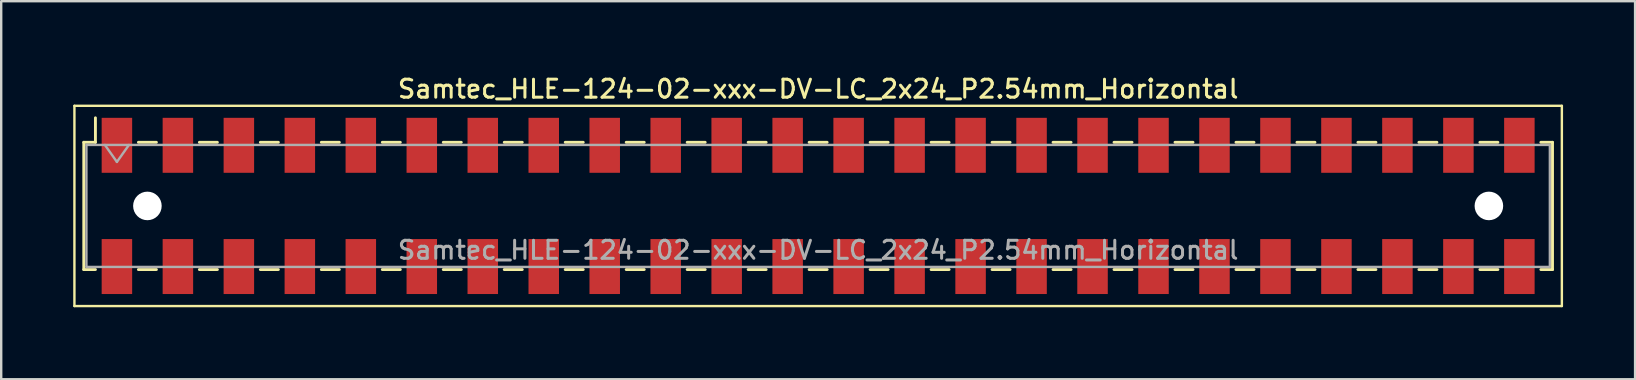
<source format=kicad_pcb>
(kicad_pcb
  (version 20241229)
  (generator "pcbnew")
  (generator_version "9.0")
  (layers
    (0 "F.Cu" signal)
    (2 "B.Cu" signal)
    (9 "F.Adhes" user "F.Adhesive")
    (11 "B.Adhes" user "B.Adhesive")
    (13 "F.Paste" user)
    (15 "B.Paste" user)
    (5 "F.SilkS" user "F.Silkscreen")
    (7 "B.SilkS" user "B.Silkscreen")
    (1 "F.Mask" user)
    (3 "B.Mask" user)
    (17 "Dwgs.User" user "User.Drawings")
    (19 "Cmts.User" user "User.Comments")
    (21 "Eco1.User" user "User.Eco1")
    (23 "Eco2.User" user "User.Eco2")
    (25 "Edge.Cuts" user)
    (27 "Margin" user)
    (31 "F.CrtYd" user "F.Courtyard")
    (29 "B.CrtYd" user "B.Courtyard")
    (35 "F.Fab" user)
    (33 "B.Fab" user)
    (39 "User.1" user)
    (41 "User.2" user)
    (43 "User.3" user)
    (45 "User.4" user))
  (footprint "Samtec_HLE-124-02-xxx-DV-LC_2x24_P2.54mm_Horizontal"
    (layer "F.Cu")
    (at 31.03 5.528)
    (property "Reference" "Samtec_HLE-124-02-xxx-DV-LC_2x24_P2.54mm_Horizontal" (at 0 -4.87 0) (layer "F.SilkS") (effects (font (size 0.75 0.75) (thickness 0.125))))
    (attr smd)
    (fp_line (start -30.98 -4.17) (end 30.98 -4.17) (stroke (width 0.1) (type solid)) (layer "F.SilkS"))
    (fp_line (start -30.98 4.17) (end -30.98 -4.17) (stroke (width 0.1) (type solid)) (layer "F.SilkS"))
    (fp_line (start -30.59 -2.65) (end -30.59 2.65) (stroke (width 0.12) (type solid)) (layer "F.SilkS"))
    (fp_line (start -30.59 2.65) (end -30.105 2.65) (stroke (width 0.12) (type solid)) (layer "F.SilkS"))
    (fp_line (start -30.105 -3.67) (end -30.105 -2.65) (stroke (width 0.12) (type solid)) (layer "F.SilkS"))
    (fp_line (start -30.105 -2.65) (end -30.59 -2.65) (stroke (width 0.12) (type solid)) (layer "F.SilkS"))
    (fp_line (start -28.315 -2.65) (end -27.565 -2.65) (stroke (width 0.12) (type solid)) (layer "F.SilkS"))
    (fp_line (start -28.315 2.65) (end -27.565 2.65) (stroke (width 0.12) (type solid)) (layer "F.SilkS"))
    (fp_line (start -25.775 -2.65) (end -25.025 -2.65) (stroke (width 0.12) (type solid)) (layer "F.SilkS"))
    (fp_line (start -25.775 2.65) (end -25.025 2.65) (stroke (width 0.12) (type solid)) (layer "F.SilkS"))
    (fp_line (start -23.235 -2.65) (end -22.485 -2.65) (stroke (width 0.12) (type solid)) (layer "F.SilkS"))
    (fp_line (start -23.235 2.65) (end -22.485 2.65) (stroke (width 0.12) (type solid)) (layer "F.SilkS"))
    (fp_line (start -20.695 -2.65) (end -19.945 -2.65) (stroke (width 0.12) (type solid)) (layer "F.SilkS"))
    (fp_line (start -20.695 2.65) (end -19.945 2.65) (stroke (width 0.12) (type solid)) (layer "F.SilkS"))
    (fp_line (start -18.155 -2.65) (end -17.405 -2.65) (stroke (width 0.12) (type solid)) (layer "F.SilkS"))
    (fp_line (start -18.155 2.65) (end -17.405 2.65) (stroke (width 0.12) (type solid)) (layer "F.SilkS"))
    (fp_line (start -15.615 -2.65) (end -14.865 -2.65) (stroke (width 0.12) (type solid)) (layer "F.SilkS"))
    (fp_line (start -15.615 2.65) (end -14.865 2.65) (stroke (width 0.12) (type solid)) (layer "F.SilkS"))
    (fp_line (start -13.075 -2.65) (end -12.325 -2.65) (stroke (width 0.12) (type solid)) (layer "F.SilkS"))
    (fp_line (start -13.075 2.65) (end -12.325 2.65) (stroke (width 0.12) (type solid)) (layer "F.SilkS"))
    (fp_line (start -10.535 -2.65) (end -9.785 -2.65) (stroke (width 0.12) (type solid)) (layer "F.SilkS"))
    (fp_line (start -10.535 2.65) (end -9.785 2.65) (stroke (width 0.12) (type solid)) (layer "F.SilkS"))
    (fp_line (start -7.995 -2.65) (end -7.245 -2.65) (stroke (width 0.12) (type solid)) (layer "F.SilkS"))
    (fp_line (start -7.995 2.65) (end -7.245 2.65) (stroke (width 0.12) (type solid)) (layer "F.SilkS"))
    (fp_line (start -5.455 -2.65) (end -4.705 -2.65) (stroke (width 0.12) (type solid)) (layer "F.SilkS"))
    (fp_line (start -5.455 2.65) (end -4.705 2.65) (stroke (width 0.12) (type solid)) (layer "F.SilkS"))
    (fp_line (start -2.915 -2.65) (end -2.165 -2.65) (stroke (width 0.12) (type solid)) (layer "F.SilkS"))
    (fp_line (start -2.915 2.65) (end -2.165 2.65) (stroke (width 0.12) (type solid)) (layer "F.SilkS"))
    (fp_line (start -0.375 -2.65) (end 0.375 -2.65) (stroke (width 0.12) (type solid)) (layer "F.SilkS"))
    (fp_line (start -0.375 2.65) (end 0.375 2.65) (stroke (width 0.12) (type solid)) (layer "F.SilkS"))
    (fp_line (start 2.165 -2.65) (end 2.915 -2.65) (stroke (width 0.12) (type solid)) (layer "F.SilkS"))
    (fp_line (start 2.165 2.65) (end 2.915 2.65) (stroke (width 0.12) (type solid)) (layer "F.SilkS"))
    (fp_line (start 4.705 -2.65) (end 5.455 -2.65) (stroke (width 0.12) (type solid)) (layer "F.SilkS"))
    (fp_line (start 4.705 2.65) (end 5.455 2.65) (stroke (width 0.12) (type solid)) (layer "F.SilkS"))
    (fp_line (start 7.245 -2.65) (end 7.995 -2.65) (stroke (width 0.12) (type solid)) (layer "F.SilkS"))
    (fp_line (start 7.245 2.65) (end 7.995 2.65) (stroke (width 0.12) (type solid)) (layer "F.SilkS"))
    (fp_line (start 9.785 -2.65) (end 10.535 -2.65) (stroke (width 0.12) (type solid)) (layer "F.SilkS"))
    (fp_line (start 9.785 2.65) (end 10.535 2.65) (stroke (width 0.12) (type solid)) (layer "F.SilkS"))
    (fp_line (start 12.325 -2.65) (end 13.075 -2.65) (stroke (width 0.12) (type solid)) (layer "F.SilkS"))
    (fp_line (start 12.325 2.65) (end 13.075 2.65) (stroke (width 0.12) (type solid)) (layer "F.SilkS"))
    (fp_line (start 14.865 -2.65) (end 15.615 -2.65) (stroke (width 0.12) (type solid)) (layer "F.SilkS"))
    (fp_line (start 14.865 2.65) (end 15.615 2.65) (stroke (width 0.12) (type solid)) (layer "F.SilkS"))
    (fp_line (start 17.405 -2.65) (end 18.155 -2.65) (stroke (width 0.12) (type solid)) (layer "F.SilkS"))
    (fp_line (start 17.405 2.65) (end 18.155 2.65) (stroke (width 0.12) (type solid)) (layer "F.SilkS"))
    (fp_line (start 19.945 -2.65) (end 20.695 -2.65) (stroke (width 0.12) (type solid)) (layer "F.SilkS"))
    (fp_line (start 19.945 2.65) (end 20.695 2.65) (stroke (width 0.12) (type solid)) (layer "F.SilkS"))
    (fp_line (start 22.485 -2.65) (end 23.235 -2.65) (stroke (width 0.12) (type solid)) (layer "F.SilkS"))
    (fp_line (start 22.485 2.65) (end 23.235 2.65) (stroke (width 0.12) (type solid)) (layer "F.SilkS"))
    (fp_line (start 25.025 -2.65) (end 25.775 -2.65) (stroke (width 0.12) (type solid)) (layer "F.SilkS"))
    (fp_line (start 25.025 2.65) (end 25.775 2.65) (stroke (width 0.12) (type solid)) (layer "F.SilkS"))
    (fp_line (start 27.565 -2.65) (end 28.315 -2.65) (stroke (width 0.12) (type solid)) (layer "F.SilkS"))
    (fp_line (start 27.565 2.65) (end 28.315 2.65) (stroke (width 0.12) (type solid)) (layer "F.SilkS"))
    (fp_line (start 30.105 -2.65) (end 30.59 -2.65) (stroke (width 0.12) (type solid)) (layer "F.SilkS"))
    (fp_line (start 30.59 -2.65) (end 30.59 2.65) (stroke (width 0.12) (type solid)) (layer "F.SilkS"))
    (fp_line (start 30.59 2.65) (end 30.105 2.65) (stroke (width 0.12) (type solid)) (layer "F.SilkS"))
    (fp_line (start 30.98 -4.17) (end 30.98 4.17) (stroke (width 0.1) (type solid)) (layer "F.SilkS"))
    (fp_line (start 30.98 4.17) (end -30.98 4.17) (stroke (width 0.1) (type solid)) (layer "F.SilkS"))
    (fp_line (start -30.48 -2.54) (end 30.48 -2.54) (stroke (width 0.1) (type solid)) (layer "F.Fab"))
    (fp_line (start -30.48 2.54) (end -30.48 -2.54) (stroke (width 0.1) (type solid)) (layer "F.Fab"))
    (fp_line (start -29.71 -2.54) (end -29.21 -1.833) (stroke (width 0.1) (type solid)) (layer "F.Fab"))
    (fp_line (start -29.21 -1.833) (end -28.71 -2.54) (stroke (width 0.1) (type solid)) (layer "F.Fab"))
    (fp_line (start 30.48 -2.54) (end 30.48 2.54) (stroke (width 0.1) (type solid)) (layer "F.Fab"))
    (fp_line (start 30.48 2.54) (end -30.48 2.54) (stroke (width 0.1) (type solid)) (layer "F.Fab"))
    (fp_text user "${REFERENCE}" (at 0 1.84 0) (layer "F.Fab") (effects (font (size 0.75 0.75) (thickness 0.125))))
    (pad "" np_thru_hole circle (at -27.94 0) (size 1.19 1.19) (drill 1.19) (layers "*.Cu" "*.Mask"))
    (pad "" np_thru_hole circle (at 27.94 0) (size 1.19 1.19) (drill 1.19) (layers "*.Cu" "*.Mask"))
    (pad "1" smd rect (at -29.21 -2.525) (size 1.27 2.29) (layers "F.Cu" "F.Mask" "F.Paste"))
    (pad "2" smd rect (at -29.21 2.525) (size 1.27 2.29) (layers "F.Cu" "F.Mask" "F.Paste"))
    (pad "3" smd rect (at -26.67 -2.525) (size 1.27 2.29) (layers "F.Cu" "F.Mask" "F.Paste"))
    (pad "4" smd rect (at -26.67 2.525) (size 1.27 2.29) (layers "F.Cu" "F.Mask" "F.Paste"))
    (pad "5" smd rect (at -24.13 -2.525) (size 1.27 2.29) (layers "F.Cu" "F.Mask" "F.Paste"))
    (pad "6" smd rect (at -24.13 2.525) (size 1.27 2.29) (layers "F.Cu" "F.Mask" "F.Paste"))
    (pad "7" smd rect (at -21.59 -2.525) (size 1.27 2.29) (layers "F.Cu" "F.Mask" "F.Paste"))
    (pad "8" smd rect (at -21.59 2.525) (size 1.27 2.29) (layers "F.Cu" "F.Mask" "F.Paste"))
    (pad "9" smd rect (at -19.05 -2.525) (size 1.27 2.29) (layers "F.Cu" "F.Mask" "F.Paste"))
    (pad "10" smd rect (at -19.05 2.525) (size 1.27 2.29) (layers "F.Cu" "F.Mask" "F.Paste"))
    (pad "11" smd rect (at -16.51 -2.525) (size 1.27 2.29) (layers "F.Cu" "F.Mask" "F.Paste"))
    (pad "12" smd rect (at -16.51 2.525) (size 1.27 2.29) (layers "F.Cu" "F.Mask" "F.Paste"))
    (pad "13" smd rect (at -13.97 -2.525) (size 1.27 2.29) (layers "F.Cu" "F.Mask" "F.Paste"))
    (pad "14" smd rect (at -13.97 2.525) (size 1.27 2.29) (layers "F.Cu" "F.Mask" "F.Paste"))
    (pad "15" smd rect (at -11.43 -2.525) (size 1.27 2.29) (layers "F.Cu" "F.Mask" "F.Paste"))
    (pad "16" smd rect (at -11.43 2.525) (size 1.27 2.29) (layers "F.Cu" "F.Mask" "F.Paste"))
    (pad "17" smd rect (at -8.89 -2.525) (size 1.27 2.29) (layers "F.Cu" "F.Mask" "F.Paste"))
    (pad "18" smd rect (at -8.89 2.525) (size 1.27 2.29) (layers "F.Cu" "F.Mask" "F.Paste"))
    (pad "19" smd rect (at -6.35 -2.525) (size 1.27 2.29) (layers "F.Cu" "F.Mask" "F.Paste"))
    (pad "20" smd rect (at -6.35 2.525) (size 1.27 2.29) (layers "F.Cu" "F.Mask" "F.Paste"))
    (pad "21" smd rect (at -3.81 -2.525) (size 1.27 2.29) (layers "F.Cu" "F.Mask" "F.Paste"))
    (pad "22" smd rect (at -3.81 2.525) (size 1.27 2.29) (layers "F.Cu" "F.Mask" "F.Paste"))
    (pad "23" smd rect (at -1.27 -2.525) (size 1.27 2.29) (layers "F.Cu" "F.Mask" "F.Paste"))
    (pad "24" smd rect (at -1.27 2.525) (size 1.27 2.29) (layers "F.Cu" "F.Mask" "F.Paste"))
    (pad "25" smd rect (at 1.27 -2.525) (size 1.27 2.29) (layers "F.Cu" "F.Mask" "F.Paste"))
    (pad "26" smd rect (at 1.27 2.525) (size 1.27 2.29) (layers "F.Cu" "F.Mask" "F.Paste"))
    (pad "27" smd rect (at 3.81 -2.525) (size 1.27 2.29) (layers "F.Cu" "F.Mask" "F.Paste"))
    (pad "28" smd rect (at 3.81 2.525) (size 1.27 2.29) (layers "F.Cu" "F.Mask" "F.Paste"))
    (pad "29" smd rect (at 6.35 -2.525) (size 1.27 2.29) (layers "F.Cu" "F.Mask" "F.Paste"))
    (pad "30" smd rect (at 6.35 2.525) (size 1.27 2.29) (layers "F.Cu" "F.Mask" "F.Paste"))
    (pad "31" smd rect (at 8.89 -2.525) (size 1.27 2.29) (layers "F.Cu" "F.Mask" "F.Paste"))
    (pad "32" smd rect (at 8.89 2.525) (size 1.27 2.29) (layers "F.Cu" "F.Mask" "F.Paste"))
    (pad "33" smd rect (at 11.43 -2.525) (size 1.27 2.29) (layers "F.Cu" "F.Mask" "F.Paste"))
    (pad "34" smd rect (at 11.43 2.525) (size 1.27 2.29) (layers "F.Cu" "F.Mask" "F.Paste"))
    (pad "35" smd rect (at 13.97 -2.525) (size 1.27 2.29) (layers "F.Cu" "F.Mask" "F.Paste"))
    (pad "36" smd rect (at 13.97 2.525) (size 1.27 2.29) (layers "F.Cu" "F.Mask" "F.Paste"))
    (pad "37" smd rect (at 16.51 -2.525) (size 1.27 2.29) (layers "F.Cu" "F.Mask" "F.Paste"))
    (pad "38" smd rect (at 16.51 2.525) (size 1.27 2.29) (layers "F.Cu" "F.Mask" "F.Paste"))
    (pad "39" smd rect (at 19.05 -2.525) (size 1.27 2.29) (layers "F.Cu" "F.Mask" "F.Paste"))
    (pad "40" smd rect (at 19.05 2.525) (size 1.27 2.29) (layers "F.Cu" "F.Mask" "F.Paste"))
    (pad "41" smd rect (at 21.59 -2.525) (size 1.27 2.29) (layers "F.Cu" "F.Mask" "F.Paste"))
    (pad "42" smd rect (at 21.59 2.525) (size 1.27 2.29) (layers "F.Cu" "F.Mask" "F.Paste"))
    (pad "43" smd rect (at 24.13 -2.525) (size 1.27 2.29) (layers "F.Cu" "F.Mask" "F.Paste"))
    (pad "44" smd rect (at 24.13 2.525) (size 1.27 2.29) (layers "F.Cu" "F.Mask" "F.Paste"))
    (pad "45" smd rect (at 26.67 -2.525) (size 1.27 2.29) (layers "F.Cu" "F.Mask" "F.Paste"))
    (pad "46" smd rect (at 26.67 2.525) (size 1.27 2.29) (layers "F.Cu" "F.Mask" "F.Paste"))
    (pad "47" smd rect (at 29.21 -2.525) (size 1.27 2.29) (layers "F.Cu" "F.Mask" "F.Paste"))
    (pad "48" smd rect (at 29.21 2.525) (size 1.27 2.29) (layers "F.Cu" "F.Mask" "F.Paste")))
  (gr_rect
    (start -3 -3)
    (end 65.06 12.748)
    (stroke (width 0.1) (type default))
    (fill no)
    (layer "Edge.Cuts")))
</source>
